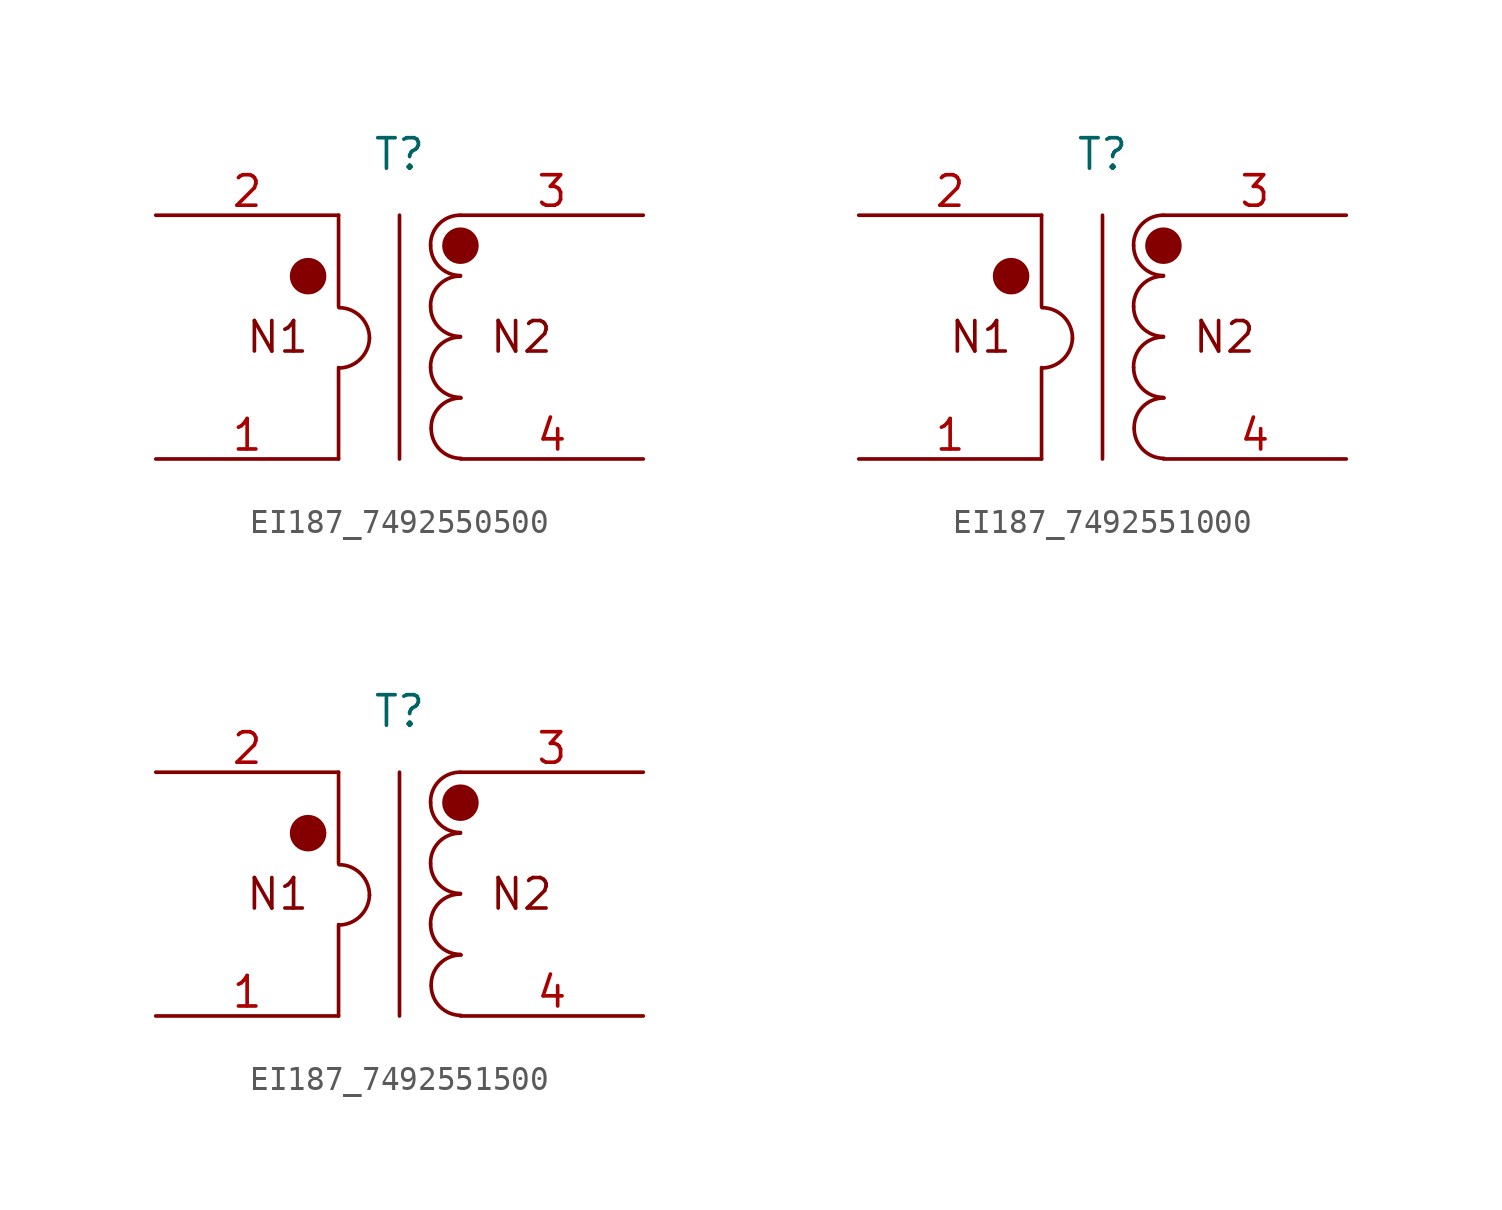
<source format=kicad_sym>
(kicad_symbol_lib
  (version 20220914)
  (generator kicad_symbol_editor)
  (symbol "EI187_7492550500"
    (pin_names hide)
    (property "Reference" "T"
      (at 0 7.62 0)
      (effects (font (size 1.27 1.27))))
    (property "Critical Parameter" ""
      (at 0 -5.08 0)
      (effects (font (size 1.27 1.27))))
    (symbol "EI187_7492550500_0_1"
      (arc (start -2.5217 -1.2889) (mid -1.6378 -0.9206) (end -1.2517 -0.0443) (stroke (width 0) (type default)) (fill (type none)))
      (arc (start -1.2517 -0.0443) (mid -1.6237 0.8537) (end -2.5217 1.2257) (stroke (width 0) (type default)) (fill (type none)))
      (polyline (pts (xy -2.54 -1.27) (xy -2.54 -5.08)) (stroke (width 0) (type default)) (fill (type none)))
      (polyline (pts (xy -2.54 5.08) (xy -2.54 1.27)) (stroke (width 0) (type default)) (fill (type none)))
      (polyline (pts (xy 0 5.08) (xy 0 -5.08)) (stroke (width 0) (type default)) (fill (type none)))
      (arc (start 1.2954 -1.27) (mid 1.6599 -2.1501) (end 2.54 -2.5146) (stroke (width 0) (type default)) (fill (type none)))
      (arc (start 1.2954 1.27) (mid 1.6599 0.3899) (end 2.54 0.0254) (stroke (width 0) (type default)) (fill (type none)))
      (arc (start 1.2954 3.81) (mid 1.6599 2.9299) (end 2.54 2.5654) (stroke (width 0) (type default)) (fill (type none)))
      (arc (start 1.3208 -3.81) (mid 1.6853 -4.6901) (end 2.5654 -5.0546) (stroke (width 0) (type default)) (fill (type none)))
      (arc (start 2.54 0) (mid 1.642 -0.372) (end 1.2954 -1.27) (stroke (width 0) (type default)) (fill (type none)))
      (arc (start 2.54 2.54) (mid 1.642 2.168) (end 1.2954 1.27) (stroke (width 0) (type default)) (fill (type none)))
      (arc (start 2.54 5.08) (mid 1.642 4.708) (end 1.2954 3.81) (stroke (width 0) (type default)) (fill (type none)))
      (arc (start 2.5654 -2.54) (mid 1.6674 -2.912) (end 1.3208 -3.81) (stroke (width 0) (type default)) (fill (type none))))
    (symbol "EI187_7492550500_1_1"
      (circle (center -3.81 2.54) (radius 0.0001) (stroke (width 0.762) (type default)) (fill (type none)))
      (circle (center 2.54 3.81) (radius 0.0001) (stroke (width 0.762) (type default)) (fill (type none)))
      (text "N1" (at -5.08 0 0) (effects (font (size 1.27 1.27))))
      (text "N2" (at 5.08 0 0) (effects (font (size 1.27 1.27))))
      (pin passive line (at -10.16 -5.08 0) (length 7.62) (name "1" (effects (font (size 1.27 1.27)))) (number "1" (effects (font (size 1.27 1.27)))))
      (pin passive line (at -10.16 5.08 0) (length 7.62) (name "2" (effects (font (size 1.27 1.27)))) (number "2" (effects (font (size 1.27 1.27)))))
      (pin passive line (at 10.16 5.08 180) (length 7.62) (name "3" (effects (font (size 1.27 1.27)))) (number "3" (effects (font (size 1.27 1.27)))))
      (pin passive line (at 10.16 -5.08 180) (length 7.62) (name "4" (effects (font (size 1.27 1.27)))) (number "4" (effects (font (size 1.27 1.27)))))))
  (symbol "EI187_7492551000"
    (pin_names hide)
    (property "Reference" "T"
      (at 0 7.62 0)
      (effects (font (size 1.27 1.27))))
    (property "Critical Parameter" ""
      (at 0 -5.08 0)
      (effects (font (size 1.27 1.27))))
    (symbol "EI187_7492551000_0_1"
      (arc (start -2.5217 -1.2889) (mid -1.6378 -0.9206) (end -1.2517 -0.0443) (stroke (width 0) (type default)) (fill (type none)))
      (arc (start -1.2517 -0.0443) (mid -1.6237 0.8537) (end -2.5217 1.2257) (stroke (width 0) (type default)) (fill (type none)))
      (polyline (pts (xy -2.54 -1.27) (xy -2.54 -5.08)) (stroke (width 0) (type default)) (fill (type none)))
      (polyline (pts (xy -2.54 5.08) (xy -2.54 1.27)) (stroke (width 0) (type default)) (fill (type none)))
      (polyline (pts (xy 0 5.08) (xy 0 -5.08)) (stroke (width 0) (type default)) (fill (type none)))
      (arc (start 1.2954 -1.27) (mid 1.6599 -2.1501) (end 2.54 -2.5146) (stroke (width 0) (type default)) (fill (type none)))
      (arc (start 1.2954 1.27) (mid 1.6599 0.3899) (end 2.54 0.0254) (stroke (width 0) (type default)) (fill (type none)))
      (arc (start 1.2954 3.81) (mid 1.6599 2.9299) (end 2.54 2.5654) (stroke (width 0) (type default)) (fill (type none)))
      (arc (start 1.3208 -3.81) (mid 1.6853 -4.6901) (end 2.5654 -5.0546) (stroke (width 0) (type default)) (fill (type none)))
      (arc (start 2.54 0) (mid 1.642 -0.372) (end 1.2954 -1.27) (stroke (width 0) (type default)) (fill (type none)))
      (arc (start 2.54 2.54) (mid 1.642 2.168) (end 1.2954 1.27) (stroke (width 0) (type default)) (fill (type none)))
      (arc (start 2.54 5.08) (mid 1.642 4.708) (end 1.2954 3.81) (stroke (width 0) (type default)) (fill (type none)))
      (arc (start 2.5654 -2.54) (mid 1.6674 -2.912) (end 1.3208 -3.81) (stroke (width 0) (type default)) (fill (type none))))
    (symbol "EI187_7492551000_1_1"
      (circle (center -3.81 2.54) (radius 0.0001) (stroke (width 0.762) (type default)) (fill (type none)))
      (circle (center 2.54 3.81) (radius 0.0001) (stroke (width 0.762) (type default)) (fill (type none)))
      (text "N1" (at -5.08 0 0) (effects (font (size 1.27 1.27))))
      (text "N2" (at 5.08 0 0) (effects (font (size 1.27 1.27))))
      (pin passive line (at -10.16 -5.08 0) (length 7.62) (name "1" (effects (font (size 1.27 1.27)))) (number "1" (effects (font (size 1.27 1.27)))))
      (pin passive line (at -10.16 5.08 0) (length 7.62) (name "2" (effects (font (size 1.27 1.27)))) (number "2" (effects (font (size 1.27 1.27)))))
      (pin passive line (at 10.16 5.08 180) (length 7.62) (name "3" (effects (font (size 1.27 1.27)))) (number "3" (effects (font (size 1.27 1.27)))))
      (pin passive line (at 10.16 -5.08 180) (length 7.62) (name "4" (effects (font (size 1.27 1.27)))) (number "4" (effects (font (size 1.27 1.27)))))))
  (symbol "EI187_7492551500"
    (pin_names hide)
    (property "Reference" "T"
      (at 0 7.62 0)
      (effects (font (size 1.27 1.27))))
    (property "Critical Parameter" ""
      (at 0 -5.08 0)
      (effects (font (size 1.27 1.27))))
    (symbol "EI187_7492551500_0_1"
      (arc (start -2.5217 -1.2889) (mid -1.6378 -0.9206) (end -1.2517 -0.0443) (stroke (width 0) (type default)) (fill (type none)))
      (arc (start -1.2517 -0.0443) (mid -1.6237 0.8537) (end -2.5217 1.2257) (stroke (width 0) (type default)) (fill (type none)))
      (polyline (pts (xy -2.54 -1.27) (xy -2.54 -5.08)) (stroke (width 0) (type default)) (fill (type none)))
      (polyline (pts (xy -2.54 5.08) (xy -2.54 1.27)) (stroke (width 0) (type default)) (fill (type none)))
      (polyline (pts (xy 0 5.08) (xy 0 -5.08)) (stroke (width 0) (type default)) (fill (type none)))
      (arc (start 1.2954 -1.27) (mid 1.6599 -2.1501) (end 2.54 -2.5146) (stroke (width 0) (type default)) (fill (type none)))
      (arc (start 1.2954 1.27) (mid 1.6599 0.3899) (end 2.54 0.0254) (stroke (width 0) (type default)) (fill (type none)))
      (arc (start 1.2954 3.81) (mid 1.6599 2.9299) (end 2.54 2.5654) (stroke (width 0) (type default)) (fill (type none)))
      (arc (start 1.3208 -3.81) (mid 1.6853 -4.6901) (end 2.5654 -5.0546) (stroke (width 0) (type default)) (fill (type none)))
      (arc (start 2.54 0) (mid 1.642 -0.372) (end 1.2954 -1.27) (stroke (width 0) (type default)) (fill (type none)))
      (arc (start 2.54 2.54) (mid 1.642 2.168) (end 1.2954 1.27) (stroke (width 0) (type default)) (fill (type none)))
      (arc (start 2.54 5.08) (mid 1.642 4.708) (end 1.2954 3.81) (stroke (width 0) (type default)) (fill (type none)))
      (arc (start 2.5654 -2.54) (mid 1.6674 -2.912) (end 1.3208 -3.81) (stroke (width 0) (type default)) (fill (type none))))
    (symbol "EI187_7492551500_1_1"
      (circle (center -3.81 2.54) (radius 0.0001) (stroke (width 0.762) (type default)) (fill (type none)))
      (circle (center 2.54 3.81) (radius 0.0001) (stroke (width 0.762) (type default)) (fill (type none)))
      (text "N1" (at -5.08 0 0) (effects (font (size 1.27 1.27))))
      (text "N2" (at 5.08 0 0) (effects (font (size 1.27 1.27))))
      (pin passive line (at -10.16 -5.08 0) (length 7.62) (name "1" (effects (font (size 1.27 1.27)))) (number "1" (effects (font (size 1.27 1.27)))))
      (pin passive line (at -10.16 5.08 0) (length 7.62) (name "2" (effects (font (size 1.27 1.27)))) (number "2" (effects (font (size 1.27 1.27)))))
      (pin passive line (at 10.16 5.08 180) (length 7.62) (name "3" (effects (font (size 1.27 1.27)))) (number "3" (effects (font (size 1.27 1.27)))))
      (pin passive line (at 10.16 -5.08 180) (length 7.62) (name "4" (effects (font (size 1.27 1.27)))) (number "4" (effects (font (size 1.27 1.27))))))))
</source>
